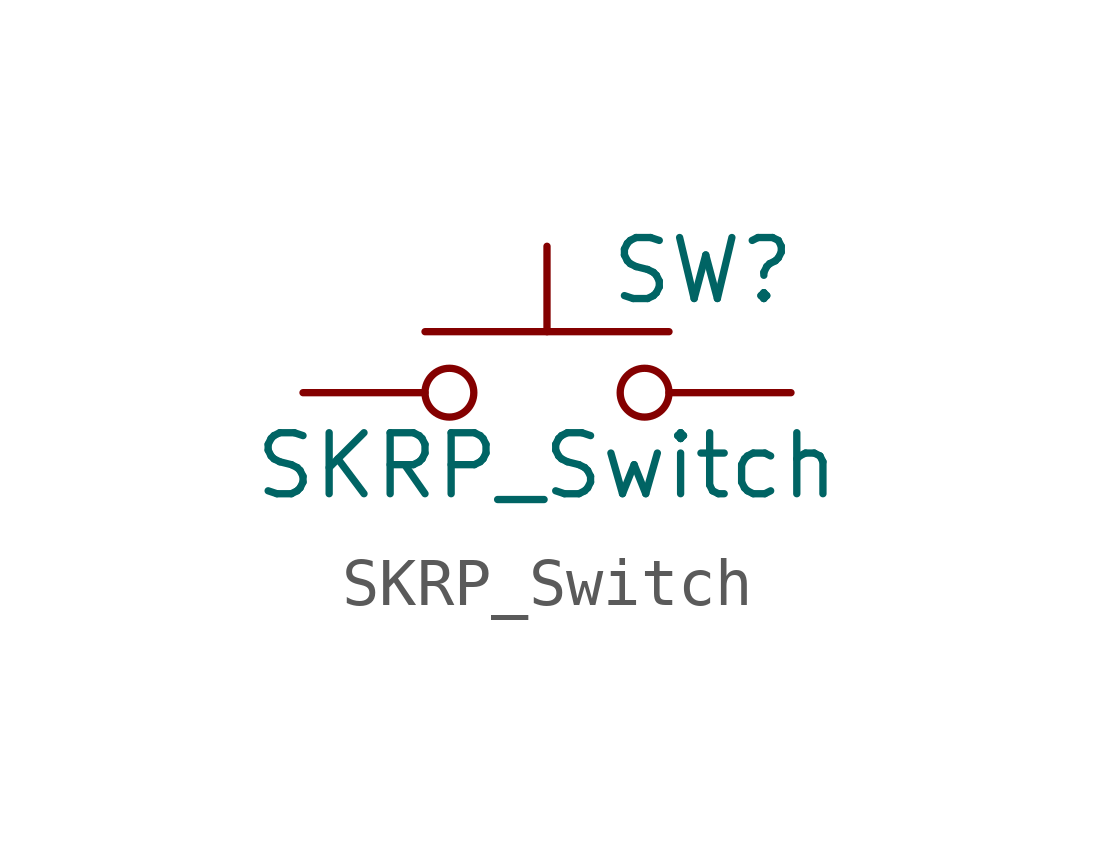
<source format=kicad_sym>
(kicad_symbol_lib
  (version 20241209)
  (generator "kicad_symbol_editor")
  (generator_version "9.0")
  (symbol "SKRP_Switch"
    (pin_numbers
      (hide yes))
    (pin_names
      (offset 1.016)
      (hide yes))
    (property "Reference" "SW"
      (at 1.27 2.54 0)
      (effects (font (size 1.27 1.27)) (justify left)))
    (property "Value" "SKRP_Switch"
      (at 0 -1.524 0)
      (effects (font (size 1.27 1.27))))
    (symbol "SKRP_Switch_0_1"
      (circle (center -2.032 0) (radius 0.508) (stroke (width 0) (type default)) (fill (type none)))
      (polyline (pts (xy 0 1.27) (xy 0 3.048)) (stroke (width 0) (type default)) (fill (type none)))
      (circle (center 2.032 0) (radius 0.508) (stroke (width 0) (type default)) (fill (type none)))
      (polyline (pts (xy 2.54 1.27) (xy -2.54 1.27)) (stroke (width 0) (type default)) (fill (type none))))
    (symbol "SKRP_Switch_1_1"
      (pin passive line (at -5.08 0 0) (length 2.54) (name "1" (effects (font (size 1.27 1.27)))) (number "1" (effects (font (size 1.27 1.27)))))
      (pin passive line (at -5.08 0 0) (length 2.54) (hide yes) (name "2" (effects (font (size 1.27 1.27)))) (number "2" (effects (font (size 1.27 1.27)))))
      (pin passive line (at 5.08 0 180) (length 2.54) (name "3" (effects (font (size 1.27 1.27)))) (number "3" (effects (font (size 1.27 1.27)))))
      (pin passive line (at 5.08 0 180) (length 2.54) (hide yes) (name "4" (effects (font (size 1.27 1.27)))) (number "4" (effects (font (size 1.27 1.27))))))))
</source>
